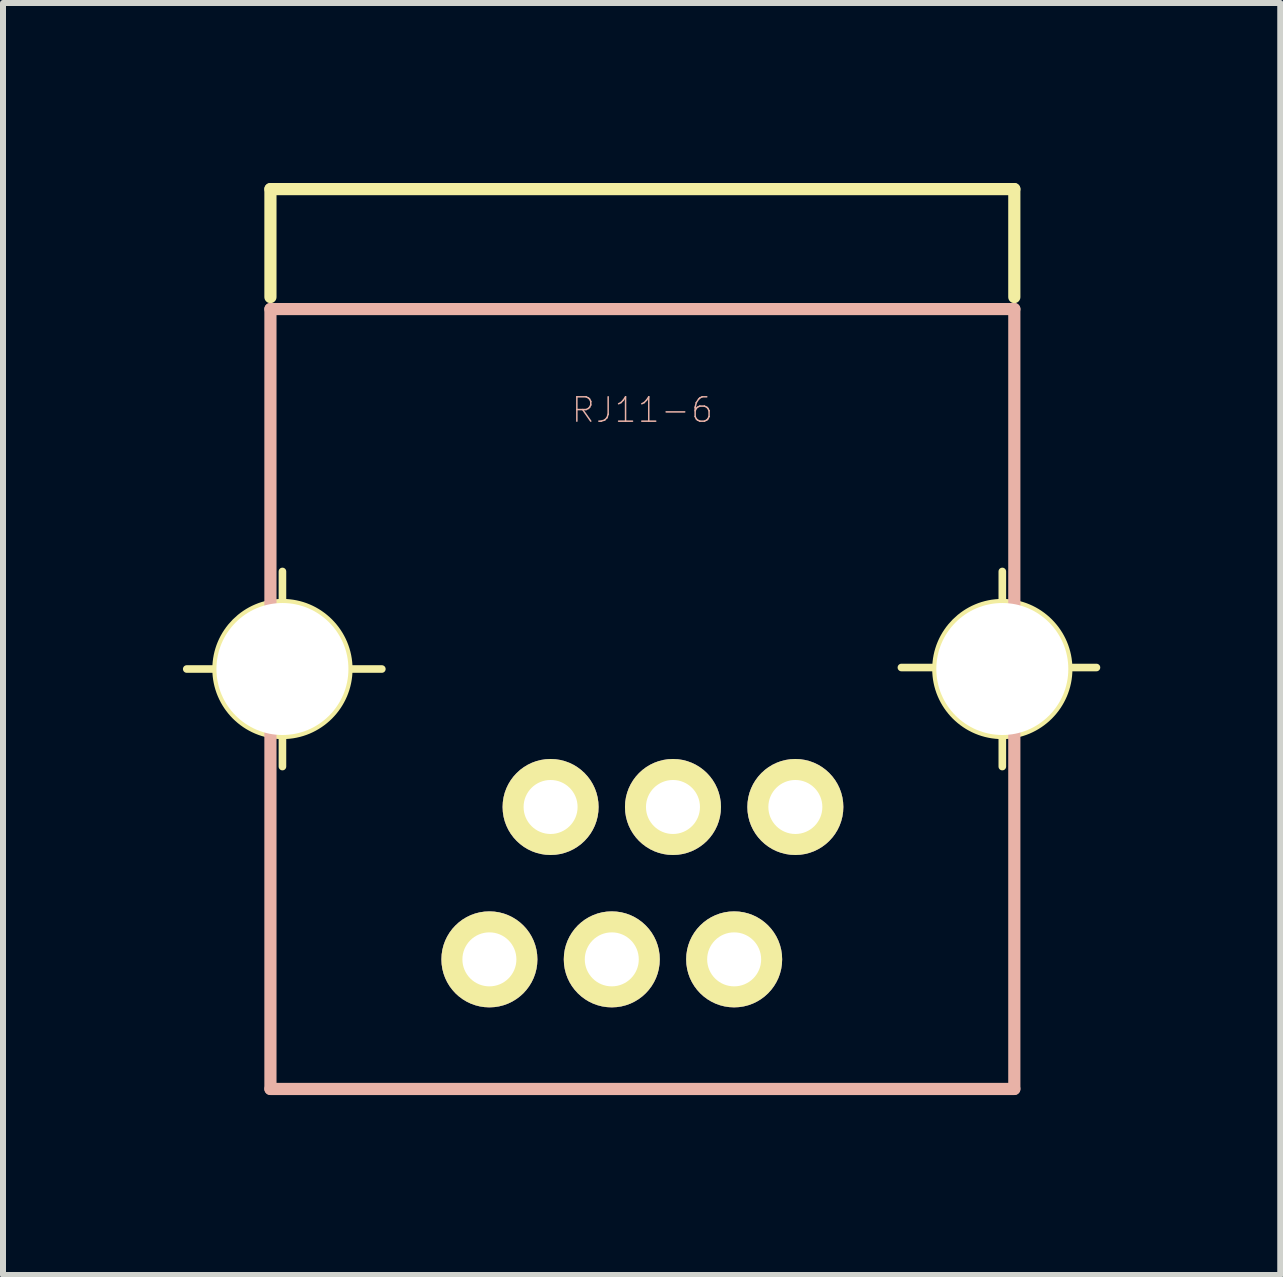
<source format=kicad_pcb>
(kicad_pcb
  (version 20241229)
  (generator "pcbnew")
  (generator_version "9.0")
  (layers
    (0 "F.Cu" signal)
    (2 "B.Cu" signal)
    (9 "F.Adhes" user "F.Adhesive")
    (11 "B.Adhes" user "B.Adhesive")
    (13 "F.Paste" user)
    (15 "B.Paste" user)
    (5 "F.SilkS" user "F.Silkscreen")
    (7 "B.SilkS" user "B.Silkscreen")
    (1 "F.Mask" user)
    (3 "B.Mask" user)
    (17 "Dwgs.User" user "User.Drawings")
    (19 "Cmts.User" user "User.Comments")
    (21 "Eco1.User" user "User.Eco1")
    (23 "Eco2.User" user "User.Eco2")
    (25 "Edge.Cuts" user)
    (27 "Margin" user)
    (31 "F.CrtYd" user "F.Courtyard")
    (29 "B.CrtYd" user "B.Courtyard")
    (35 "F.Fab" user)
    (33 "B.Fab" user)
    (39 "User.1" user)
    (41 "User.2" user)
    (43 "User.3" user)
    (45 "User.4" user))
  (footprint "RJ11-6"
    (layer "F.Cu")
    (at 7.658 8.102)
    (property "Reference" "RJ11-6" (at 0 -4.318 0) (layer "B.SilkS") (effects (font (size 0.406 0.406) (thickness 0.025))))
    (attr exclude_from_pos_files exclude_from_bom)
    (fp_line (start -7.595 0) (end -4.343 0) (stroke (width 0.127) (type solid)) (layer "F.SilkS"))
    (fp_line (start -6.2 -8) (end 6.2 -8) (stroke (width 0.203) (type solid)) (layer "F.SilkS"))
    (fp_line (start -6.2 -6.2) (end -6.2 -8) (stroke (width 0.203) (type solid)) (layer "F.SilkS"))
    (fp_line (start -6 1.626) (end -6 -1.626) (stroke (width 0.127) (type solid)) (layer "F.SilkS"))
    (fp_line (start 4.318 -0.025) (end 7.569 -0.025) (stroke (width 0.127) (type solid)) (layer "F.SilkS"))
    (fp_line (start 6 1.626) (end 6 -1.626) (stroke (width 0.127) (type solid)) (layer "F.SilkS"))
    (fp_line (start 6.2 -8) (end 6.2 -6.2) (stroke (width 0.203) (type solid)) (layer "F.SilkS"))
    (fp_circle (center -6 0) (end -5.893 1.1) (stroke (width 0.127) (type solid)) (fill no) (layer "F.SilkS"))
    (fp_circle (center 6 0) (end 5.893 1.1) (stroke (width 0.127) (type solid)) (fill no) (layer "F.SilkS"))
    (fp_line (start -6.2 -6) (end -6.2 7) (stroke (width 0.203) (type solid)) (layer "B.SilkS"))
    (fp_line (start 6.2 -6) (end -6.2 -6) (stroke (width 0.203) (type solid)) (layer "B.SilkS"))
    (fp_line (start 6.2 7) (end -6.2 7) (stroke (width 0.203) (type solid)) (layer "B.SilkS"))
    (fp_line (start 6.2 7) (end 6.2 -6) (stroke (width 0.203) (type solid)) (layer "B.SilkS"))
    (pad "" np_thru_hole circle (at -6 0) (size 2.2 2.2) (drill 2.2) (layers "*.Cu" "*.Mask"))
    (pad "" np_thru_hole circle (at 6 0) (size 2.2 2.2) (drill 2.2) (layers "*.Cu" "*.Mask"))
    (pad "1" thru_hole circle (at -2.55 4.84) (size 1.6 1.6) (drill 0.9) (layers "*.Cu" "F.Mask" "F.SilkS" "F.Paste"))
    (pad "2" thru_hole circle (at -1.53 2.3) (size 1.6 1.6) (drill 0.9) (layers "*.Cu" "F.Mask" "F.SilkS" "F.Paste"))
    (pad "3" thru_hole circle (at -0.51 4.84) (size 1.6 1.6) (drill 0.9) (layers "*.Cu" "F.Mask" "F.SilkS" "F.Paste"))
    (pad "4" thru_hole circle (at 0.51 2.3) (size 1.6 1.6) (drill 0.9) (layers "*.Cu" "F.Mask" "F.SilkS" "F.Paste"))
    (pad "5" thru_hole circle (at 1.53 4.84) (size 1.6 1.6) (drill 0.9) (layers "*.Cu" "F.Mask" "F.SilkS" "F.Paste"))
    (pad "6" thru_hole circle (at 2.55 2.3) (size 1.6 1.6) (drill 0.9) (layers "*.Cu" "F.Mask" "F.SilkS" "F.Paste")))
  (gr_rect
    (start -3 -3)
    (end 18.291 18.203)
    (stroke (width 0.1) (type default))
    (fill no)
    (layer "Edge.Cuts")))
</source>
